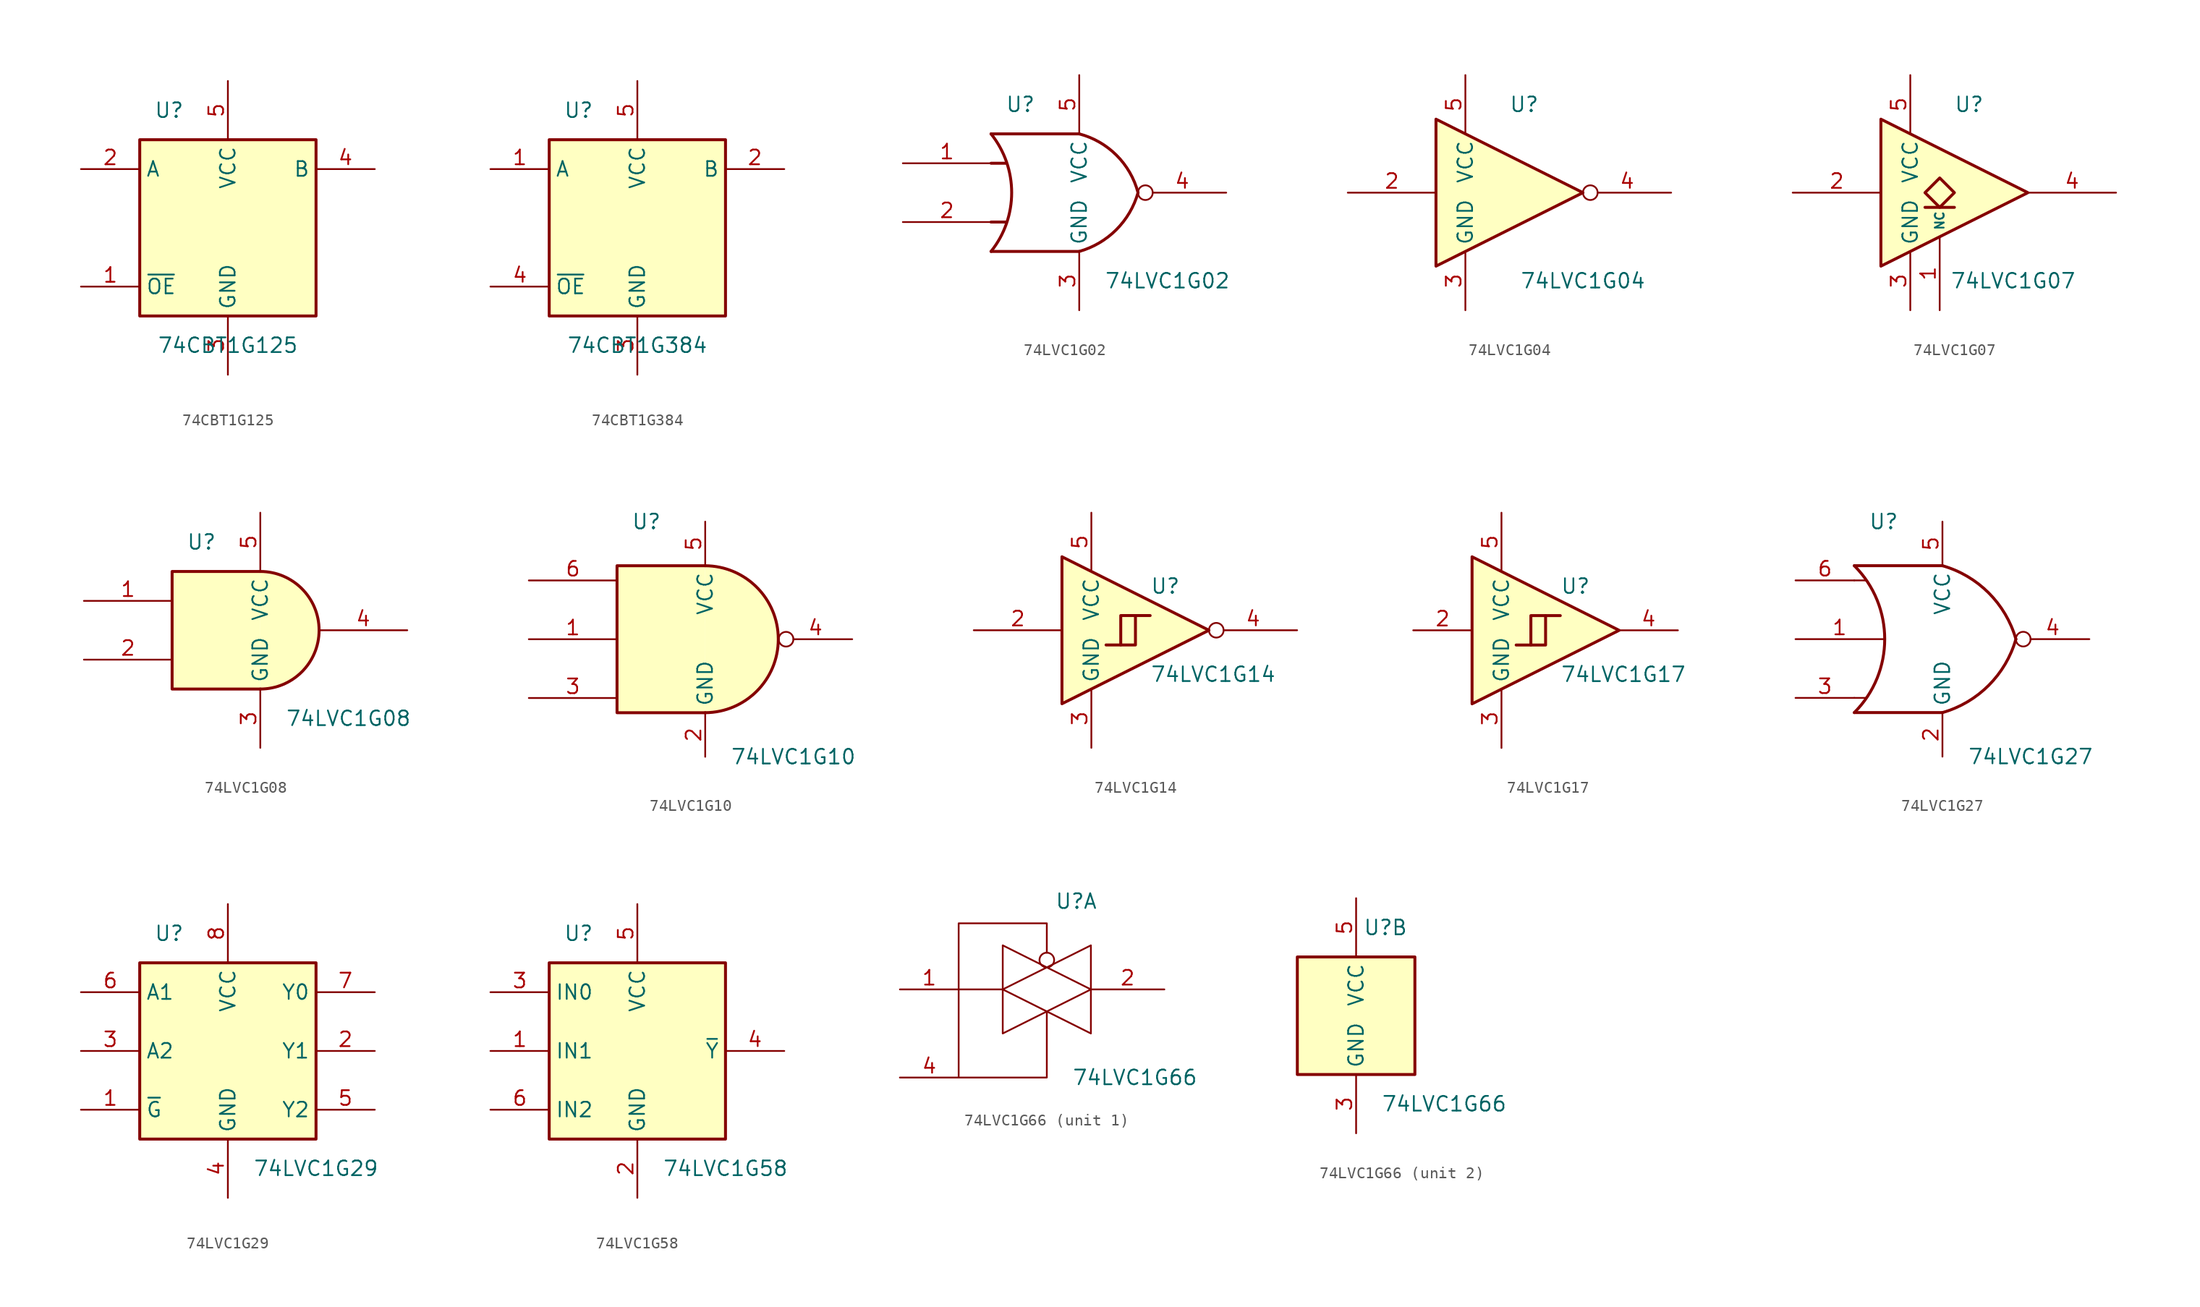
<source format=kicad_sym>
(kicad_symbol_lib
  (version 20231120)
  (generator "kicad_symbol_editor")
  (generator_version "8.0")
  (symbol "74CBT1G125"
    (property "Reference" "U"
      (at -5.08 10.16 0)
      (effects (font (size 1.27 1.27))))
    (property "Value" "74CBT1G125"
      (at 0 -10.16 0)
      (effects (font (size 1.27 1.27))))
    (symbol "74CBT1G125_0_1"
      (rectangle (start -7.62 7.62) (end 7.62 -7.62) (stroke (width 0.254) (type default)) (fill (type background))))
    (symbol "74CBT1G125_1_1"
      (pin input line (at -12.7 -5.08 0) (length 5.08) (name "~{OE}" (effects (font (size 1.27 1.27)))) (number "1" (effects (font (size 1.27 1.27)))))
      (pin input line (at -12.7 5.08 0) (length 5.08) (name "A" (effects (font (size 1.27 1.27)))) (number "2" (effects (font (size 1.27 1.27)))))
      (pin power_in line (at 0 -12.7 90) (length 5.08) (name "GND" (effects (font (size 1.27 1.27)))) (number "3" (effects (font (size 1.27 1.27)))))
      (pin tri_state line (at 12.7 5.08 180) (length 5.08) (name "B" (effects (font (size 1.27 1.27)))) (number "4" (effects (font (size 1.27 1.27)))))
      (pin power_in line (at 0 12.7 270) (length 5.08) (name "VCC" (effects (font (size 1.27 1.27)))) (number "5" (effects (font (size 1.27 1.27)))))))
  (symbol "74CBT1G384"
    (property "Reference" "U"
      (at -5.08 10.16 0)
      (effects (font (size 1.27 1.27))))
    (property "Value" "74CBT1G384"
      (at 0 -10.16 0)
      (effects (font (size 1.27 1.27))))
    (symbol "74CBT1G384_0_1"
      (rectangle (start -7.62 7.62) (end 7.62 -7.62) (stroke (width 0.254) (type default)) (fill (type background))))
    (symbol "74CBT1G384_1_1"
      (pin input line (at -12.7 5.08 0) (length 5.08) (name "A" (effects (font (size 1.27 1.27)))) (number "1" (effects (font (size 1.27 1.27)))))
      (pin tri_state line (at 12.7 5.08 180) (length 5.08) (name "B" (effects (font (size 1.27 1.27)))) (number "2" (effects (font (size 1.27 1.27)))))
      (pin power_in line (at 0 -12.7 90) (length 5.08) (name "GND" (effects (font (size 1.27 1.27)))) (number "3" (effects (font (size 1.27 1.27)))))
      (pin input line (at -12.7 -5.08 0) (length 5.08) (name "~{OE}" (effects (font (size 1.27 1.27)))) (number "4" (effects (font (size 1.27 1.27)))))
      (pin power_in line (at 0 12.7 270) (length 5.08) (name "VCC" (effects (font (size 1.27 1.27)))) (number "5" (effects (font (size 1.27 1.27)))))))
  (symbol "74LVC1G02"
    (property "Reference" "U"
      (at -5.08 7.62 0)
      (effects (font (size 1.27 1.27))))
    (property "Value" "74LVC1G02"
      (at 7.62 -7.62 0)
      (effects (font (size 1.27 1.27))))
    (symbol "74LVC1G02_0_1"
      (arc (start -7.62 -5.08) (mid -5.838 0) (end -7.62 5.08) (stroke (width 0.254) (type default)) (fill (type none)))
      (arc (start 0 -5.08) (mid 3.1986 -3.2054) (end 5.08 0) (stroke (width 0.254) (type default)) (fill (type none)))
      (polyline (pts (xy -7.62 -2.54) (xy -6.35 -2.54)) (stroke (width 0.254) (type default)) (fill (type background)))
      (polyline (pts (xy -7.62 2.54) (xy -6.35 2.54)) (stroke (width 0.254) (type default)) (fill (type background)))
      (polyline (pts (xy 0 -5.08) (xy -7.62 -5.08)) (stroke (width 0.254) (type default)) (fill (type background)))
      (polyline (pts (xy 0 5.08) (xy -7.62 5.08)) (stroke (width 0.254) (type default)) (fill (type background)))
      (arc (start 5.08 0) (mid 3.2238 3.2304) (end 0 5.08) (stroke (width 0.254) (type default)) (fill (type none))))
    (symbol "74LVC1G02_1_1"
      (pin input line (at -15.24 2.54 0) (length 7.62) (name "~" (effects (font (size 1.27 1.27)))) (number "1" (effects (font (size 1.27 1.27)))))
      (pin input line (at -15.24 -2.54 0) (length 7.62) (name "~" (effects (font (size 1.27 1.27)))) (number "2" (effects (font (size 1.27 1.27)))))
      (pin power_in line (at 0 -10.16 90) (length 5.08) (name "GND" (effects (font (size 1.27 1.27)))) (number "3" (effects (font (size 1.27 1.27)))))
      (pin output inverted (at 12.7 0 180) (length 7.62) (name "~" (effects (font (size 1.27 1.27)))) (number "4" (effects (font (size 1.27 1.27)))))
      (pin power_in line (at 0 10.16 270) (length 5.08) (name "VCC" (effects (font (size 1.27 1.27)))) (number "5" (effects (font (size 1.27 1.27)))))))
  (symbol "74LVC1G04"
    (property "Reference" "U"
      (at 0 7.62 0)
      (effects (font (size 1.27 1.27))))
    (property "Value" "74LVC1G04"
      (at 5.08 -7.62 0)
      (effects (font (size 1.27 1.27))))
    (symbol "74LVC1G04_0_1"
      (polyline (pts (xy -7.62 6.35) (xy -7.62 -6.35) (xy 5.08 0) (xy -7.62 6.35)) (stroke (width 0.254) (type default)) (fill (type background))))
    (symbol "74LVC1G04_1_1"
      (pin input line (at -15.24 0 0) (length 7.62) (name "~" (effects (font (size 1.27 1.27)))) (number "2" (effects (font (size 1.27 1.27)))))
      (pin power_in line (at -5.08 -10.16 90) (length 5.08) (name "GND" (effects (font (size 1.27 1.27)))) (number "3" (effects (font (size 1.27 1.27)))))
      (pin output inverted (at 12.7 0 180) (length 7.62) (name "~" (effects (font (size 1.27 1.27)))) (number "4" (effects (font (size 1.27 1.27)))))
      (pin power_in line (at -5.08 10.16 270) (length 5.08) (name "VCC" (effects (font (size 1.27 1.27)))) (number "5" (effects (font (size 1.27 1.27)))))))
  (symbol "74LVC1G07"
    (property "Reference" "U"
      (at 0 7.62 0)
      (effects (font (size 1.27 1.27))))
    (property "Value" "74LVC1G07"
      (at 3.81 -7.62 0)
      (effects (font (size 1.27 1.27))))
    (symbol "74LVC1G07_0_1"
      (polyline (pts (xy -3.81 -1.27) (xy -1.27 -1.27)) (stroke (width 0.254) (type default)) (fill (type background)))
      (polyline (pts (xy -7.62 6.35) (xy -7.62 -6.35) (xy 5.08 0) (xy -7.62 6.35)) (stroke (width 0.254) (type default)) (fill (type background)))
      (polyline (pts (xy -2.54 1.27) (xy -3.81 0) (xy -2.54 -1.27) (xy -1.27 0) (xy -2.54 1.27)) (stroke (width 0.254) (type default)) (fill (type background))))
    (symbol "74LVC1G07_1_1"
      (pin free line (at -2.54 -10.16 90) (length 6.35) (name "NC" (effects (font (size 0.762 0.762)))) (number "1" (effects (font (size 1.27 1.27)))))
      (pin input line (at -15.24 0 0) (length 7.62) (name "~" (effects (font (size 1.27 1.27)))) (number "2" (effects (font (size 1.27 1.27)))))
      (pin power_in line (at -5.08 -10.16 90) (length 5.08) (name "GND" (effects (font (size 1.27 1.27)))) (number "3" (effects (font (size 1.27 1.27)))))
      (pin open_collector line (at 12.7 0 180) (length 7.62) (name "~" (effects (font (size 1.27 1.27)))) (number "4" (effects (font (size 1.27 1.27)))))
      (pin power_in line (at -5.08 10.16 270) (length 5.08) (name "VCC" (effects (font (size 1.27 1.27)))) (number "5" (effects (font (size 1.27 1.27)))))))
  (symbol "74LVC1G08"
    (property "Reference" "U"
      (at -5.08 7.62 0)
      (effects (font (size 1.27 1.27))))
    (property "Value" "74LVC1G08"
      (at 7.62 -7.62 0)
      (effects (font (size 1.27 1.27))))
    (symbol "74LVC1G08_0_1"
      (arc (start 0 -5.08) (mid 5.0579 0) (end 0 5.08) (stroke (width 0.254) (type default)) (fill (type background)))
      (polyline (pts (xy 0 -5.08) (xy -7.62 -5.08) (xy -7.62 5.08) (xy 0 5.08)) (stroke (width 0.254) (type default)) (fill (type background))))
    (symbol "74LVC1G08_1_1"
      (pin input line (at -15.24 2.54 0) (length 7.62) (name "~" (effects (font (size 1.27 1.27)))) (number "1" (effects (font (size 1.27 1.27)))))
      (pin input line (at -15.24 -2.54 0) (length 7.62) (name "~" (effects (font (size 1.27 1.27)))) (number "2" (effects (font (size 1.27 1.27)))))
      (pin power_in line (at 0 -10.16 90) (length 5.08) (name "GND" (effects (font (size 1.27 1.27)))) (number "3" (effects (font (size 1.27 1.27)))))
      (pin output line (at 12.7 0 180) (length 7.62) (name "~" (effects (font (size 1.27 1.27)))) (number "4" (effects (font (size 1.27 1.27)))))
      (pin power_in line (at 0 10.16 270) (length 5.08) (name "VCC" (effects (font (size 1.27 1.27)))) (number "5" (effects (font (size 1.27 1.27)))))))
  (symbol "74LVC1G10"
    (property "Reference" "U"
      (at -5.08 10.16 0)
      (effects (font (size 1.27 1.27))))
    (property "Value" "74LVC1G10"
      (at 7.62 -10.16 0)
      (effects (font (size 1.27 1.27))))
    (symbol "74LVC1G10_0_1"
      (arc (start 0 -6.35) (mid 6.3224 0) (end 0 6.35) (stroke (width 0.254) (type default)) (fill (type background)))
      (polyline (pts (xy 0 -6.35) (xy -7.62 -6.35) (xy -7.62 6.35) (xy 0 6.35)) (stroke (width 0.254) (type default)) (fill (type background))))
    (symbol "74LVC1G10_1_1"
      (pin input line (at -15.24 0 0) (length 7.62) (name "~" (effects (font (size 1.27 1.27)))) (number "1" (effects (font (size 1.27 1.27)))))
      (pin power_in line (at 0 -10.16 90) (length 3.81) (name "GND" (effects (font (size 1.27 1.27)))) (number "2" (effects (font (size 1.27 1.27)))))
      (pin input line (at -15.24 -5.08 0) (length 7.62) (name "~" (effects (font (size 1.27 1.27)))) (number "3" (effects (font (size 1.27 1.27)))))
      (pin output inverted (at 12.7 0 180) (length 6.35) (name "~" (effects (font (size 1.27 1.27)))) (number "4" (effects (font (size 1.27 1.27)))))
      (pin power_in line (at 0 10.16 270) (length 3.81) (name "VCC" (effects (font (size 1.27 1.27)))) (number "5" (effects (font (size 1.27 1.27)))))
      (pin input line (at -15.24 5.08 0) (length 7.62) (name "~" (effects (font (size 1.27 1.27)))) (number "6" (effects (font (size 1.27 1.27)))))))
  (symbol "74LVC1G14"
    (property "Reference" "U"
      (at 0 3.81 0)
      (effects (font (size 1.27 1.27)) (justify left)))
    (property "Value" "74LVC1G14"
      (at 0 -3.81 0)
      (effects (font (size 1.27 1.27)) (justify left)))
    (symbol "74LVC1G14_0_1"
      (polyline (pts (xy -7.62 6.35) (xy -7.62 -6.35) (xy 5.08 0) (xy -7.62 6.35)) (stroke (width 0.254) (type default)) (fill (type background))))
    (symbol "74LVC1G14_1_1"
      (polyline (pts (xy -3.81 -1.27) (xy -1.27 -1.27) (xy -1.27 1.27)) (stroke (width 0.254) (type default)) (fill (type none)))
      (polyline (pts (xy -2.54 -1.27) (xy -2.54 1.27) (xy 0 1.27)) (stroke (width 0.254) (type default)) (fill (type none)))
      (pin no_connect line (at -7.62 5.08 180) (length 5.08) hide (name "NC" (effects (font (size 1.27 1.27)))) (number "1" (effects (font (size 1.27 1.27)))))
      (pin input line (at -15.24 0 0) (length 7.62) (name "~" (effects (font (size 1.27 1.27)))) (number "2" (effects (font (size 1.27 1.27)))))
      (pin power_in line (at -5.08 -10.16 90) (length 5.08) (name "GND" (effects (font (size 1.27 1.27)))) (number "3" (effects (font (size 1.27 1.27)))))
      (pin output inverted (at 12.7 0 180) (length 7.62) (name "~" (effects (font (size 1.27 1.27)))) (number "4" (effects (font (size 1.27 1.27)))))
      (pin power_in line (at -5.08 10.16 270) (length 5.08) (name "VCC" (effects (font (size 1.27 1.27)))) (number "5" (effects (font (size 1.27 1.27)))))))
  (symbol "74LVC1G17"
    (property "Reference" "U"
      (at 0 3.81 0)
      (effects (font (size 1.27 1.27)) (justify left)))
    (property "Value" "74LVC1G17"
      (at 0 -3.81 0)
      (effects (font (size 1.27 1.27)) (justify left)))
    (symbol "74LVC1G17_0_1"
      (polyline (pts (xy -7.62 6.35) (xy -7.62 -6.35) (xy 5.08 0) (xy -7.62 6.35)) (stroke (width 0.254) (type default)) (fill (type background)))
      (polyline (pts (xy -3.81 -1.27) (xy -2.54 -1.27) (xy -2.54 1.27) (xy -1.27 1.27)) (stroke (width 0.254) (type default)) (fill (type background)))
      (polyline (pts (xy -2.54 -1.27) (xy -1.27 -1.27) (xy -1.27 1.27) (xy 0 1.27)) (stroke (width 0.254) (type default)) (fill (type background))))
    (symbol "74LVC1G17_1_1"
      (pin no_connect line (at -7.62 5.08 180) (length 5.08) hide (name "NC" (effects (font (size 1.27 1.27)))) (number "1" (effects (font (size 1.27 1.27)))))
      (pin input line (at -12.7 0 0) (length 5.08) (name "~" (effects (font (size 1.27 1.27)))) (number "2" (effects (font (size 1.27 1.27)))))
      (pin power_in line (at -5.08 -10.16 90) (length 5.08) (name "GND" (effects (font (size 1.27 1.27)))) (number "3" (effects (font (size 1.27 1.27)))))
      (pin output line (at 10.16 0 180) (length 5.08) (name "~" (effects (font (size 1.27 1.27)))) (number "4" (effects (font (size 1.27 1.27)))))
      (pin power_in line (at -5.08 10.16 270) (length 5.08) (name "VCC" (effects (font (size 1.27 1.27)))) (number "5" (effects (font (size 1.27 1.27)))))))
  (symbol "74LVC1G27"
    (property "Reference" "U"
      (at -5.08 10.16 0)
      (effects (font (size 1.27 1.27))))
    (property "Value" "74LVC1G27"
      (at 7.62 -10.16 0)
      (effects (font (size 1.27 1.27))))
    (symbol "74LVC1G27_0_1"
      (arc (start -7.62 -6.35) (mid -4.9897 0) (end -7.62 6.35) (stroke (width 0.254) (type default)) (fill (type none)))
      (arc (start 0 -6.35) (mid 3.9978 -3.9978) (end 6.35 0) (stroke (width 0.254) (type default)) (fill (type none)))
      (polyline (pts (xy 0 -6.35) (xy -7.62 -6.35)) (stroke (width 0.254) (type default)) (fill (type background)))
      (polyline (pts (xy 0 6.35) (xy -7.62 6.35)) (stroke (width 0.254) (type default)) (fill (type background)))
      (polyline (pts (xy -7.62 -5.08) (xy -6.604 -5.08) (xy -6.985 -5.08) (xy -6.604 -5.08)) (stroke (width 0) (type default)) (fill (type none)))
      (polyline (pts (xy -7.62 5.08) (xy -6.604 5.08) (xy -6.985 5.08) (xy -6.604 5.08)) (stroke (width 0) (type default)) (fill (type none)))
      (arc (start 6.35 0) (mid 3.9978 3.9978) (end 0 6.35) (stroke (width 0.254) (type default)) (fill (type none))))
    (symbol "74LVC1G27_1_1"
      (pin input line (at -12.7 0 0) (length 7.62) (name "~" (effects (font (size 1.27 1.27)))) (number "1" (effects (font (size 1.27 1.27)))))
      (pin power_in line (at 0 -10.16 90) (length 3.81) (name "GND" (effects (font (size 1.27 1.27)))) (number "2" (effects (font (size 1.27 1.27)))))
      (pin input line (at -12.7 -5.08 0) (length 5.08) (name "~" (effects (font (size 1.27 1.27)))) (number "3" (effects (font (size 1.27 1.27)))))
      (pin output inverted (at 12.7 0 180) (length 6.35) (name "~" (effects (font (size 1.27 1.27)))) (number "4" (effects (font (size 1.27 1.27)))))
      (pin power_in line (at 0 10.16 270) (length 3.81) (name "VCC" (effects (font (size 1.27 1.27)))) (number "5" (effects (font (size 1.27 1.27)))))
      (pin input line (at -12.7 5.08 0) (length 5.08) (name "~" (effects (font (size 1.27 1.27)))) (number "6" (effects (font (size 1.27 1.27)))))))
  (symbol "74LVC1G29"
    (property "Reference" "U"
      (at -5.08 10.16 0)
      (effects (font (size 1.27 1.27))))
    (property "Value" "74LVC1G29"
      (at 7.62 -10.16 0)
      (effects (font (size 1.27 1.27))))
    (symbol "74LVC1G29_0_1"
      (rectangle (start -7.62 7.62) (end 7.62 -7.62) (stroke (width 0.254) (type default)) (fill (type background))))
    (symbol "74LVC1G29_1_1"
      (pin input line (at -12.7 -5.08 0) (length 5.08) (name "~{G}" (effects (font (size 1.27 1.27)))) (number "1" (effects (font (size 1.27 1.27)))))
      (pin output line (at 12.7 0 180) (length 5.08) (name "Y1" (effects (font (size 1.27 1.27)))) (number "2" (effects (font (size 1.27 1.27)))))
      (pin input line (at -12.7 0 0) (length 5.08) (name "A2" (effects (font (size 1.27 1.27)))) (number "3" (effects (font (size 1.27 1.27)))))
      (pin power_in line (at 0 -12.7 90) (length 5.08) (name "GND" (effects (font (size 1.27 1.27)))) (number "4" (effects (font (size 1.27 1.27)))))
      (pin output line (at 12.7 -5.08 180) (length 5.08) (name "Y2" (effects (font (size 1.27 1.27)))) (number "5" (effects (font (size 1.27 1.27)))))
      (pin input line (at -12.7 5.08 0) (length 5.08) (name "A1" (effects (font (size 1.27 1.27)))) (number "6" (effects (font (size 1.27 1.27)))))
      (pin output line (at 12.7 5.08 180) (length 5.08) (name "Y0" (effects (font (size 1.27 1.27)))) (number "7" (effects (font (size 1.27 1.27)))))
      (pin power_in line (at 0 12.7 270) (length 5.08) (name "VCC" (effects (font (size 1.27 1.27)))) (number "8" (effects (font (size 1.27 1.27)))))))
  (symbol "74LVC1G58"
    (property "Reference" "U"
      (at -5.08 10.16 0)
      (effects (font (size 1.27 1.27))))
    (property "Value" "74LVC1G58"
      (at 7.62 -10.16 0)
      (effects (font (size 1.27 1.27))))
    (symbol "74LVC1G58_0_1"
      (rectangle (start -7.62 7.62) (end 7.62 -7.62) (stroke (width 0.254) (type default)) (fill (type background))))
    (symbol "74LVC1G58_1_1"
      (pin input line (at -12.7 0 0) (length 5.08) (name "IN1" (effects (font (size 1.27 1.27)))) (number "1" (effects (font (size 1.27 1.27)))))
      (pin power_in line (at 0 -12.7 90) (length 5.08) (name "GND" (effects (font (size 1.27 1.27)))) (number "2" (effects (font (size 1.27 1.27)))))
      (pin input line (at -12.7 5.08 0) (length 5.08) (name "IN0" (effects (font (size 1.27 1.27)))) (number "3" (effects (font (size 1.27 1.27)))))
      (pin output line (at 12.7 0 180) (length 5.08) (name "~{Y}" (effects (font (size 1.27 1.27)))) (number "4" (effects (font (size 1.27 1.27)))))
      (pin power_in line (at 0 12.7 270) (length 5.08) (name "VCC" (effects (font (size 1.27 1.27)))) (number "5" (effects (font (size 1.27 1.27)))))
      (pin input line (at -12.7 -5.08 0) (length 5.08) (name "IN2" (effects (font (size 1.27 1.27)))) (number "6" (effects (font (size 1.27 1.27)))))))
  (symbol "74LVC1G66"
    (property "Reference" "U"
      (at 2.54 7.62 0)
      (effects (font (size 1.27 1.27))))
    (property "Value" "74LVC1G66"
      (at 7.62 -7.62 0)
      (effects (font (size 1.27 1.27))))
    (property "ki_locked" ""
      (at 0 0 0)
      (effects (font (size 1.27 1.27))))
    (symbol "74LVC1G66_1_1"
      (polyline (pts (xy -7.62 0) (xy -3.81 0)) (stroke (width 0.152) (type default)) (fill (type none)))
      (polyline (pts (xy -7.62 -7.62) (xy 0 -7.62) (xy 0 -1.905)) (stroke (width 0.152) (type default)) (fill (type none)))
      (polyline (pts (xy -7.62 -7.62) (xy -7.62 5.715) (xy 0 5.715) (xy 0 3.175)) (stroke (width 0.152) (type default)) (fill (type none)))
      (polyline (pts (xy -3.81 0) (xy 3.81 3.81) (xy 3.81 -3.81) (xy -3.81 0)) (stroke (width 0.152) (type default)) (fill (type none)))
      (polyline (pts (xy -3.81 3.81) (xy -3.81 -3.81) (xy 3.81 0) (xy -3.81 3.81)) (stroke (width 0.152) (type default)) (fill (type none)))
      (circle (center 0 2.54) (radius 0.635) (stroke (width 0.152) (type default)) (fill (type none)))
      (pin bidirectional line (at -12.7 0 0) (length 5.08) (name "~" (effects (font (size 1.27 1.27)))) (number "1" (effects (font (size 1.27 1.27)))))
      (pin bidirectional line (at 10.16 0 180) (length 6.35) (name "~" (effects (font (size 1.27 1.27)))) (number "2" (effects (font (size 1.27 1.27)))))
      (pin input line (at -12.7 -7.62 0) (length 5.08) (name "~" (effects (font (size 1.27 1.27)))) (number "4" (effects (font (size 1.27 1.27))))))
    (symbol "74LVC1G66_2_1"
      (rectangle (start -5.08 5.08) (end 5.08 -5.08) (stroke (width 0.254) (type default)) (fill (type background)))
      (pin power_in line (at 0 -10.16 90) (length 5.08) (name "GND" (effects (font (size 1.27 1.27)))) (number "3" (effects (font (size 1.27 1.27)))))
      (pin power_in line (at 0 10.16 270) (length 5.08) (name "VCC" (effects (font (size 1.27 1.27)))) (number "5" (effects (font (size 1.27 1.27))))))))
</source>
